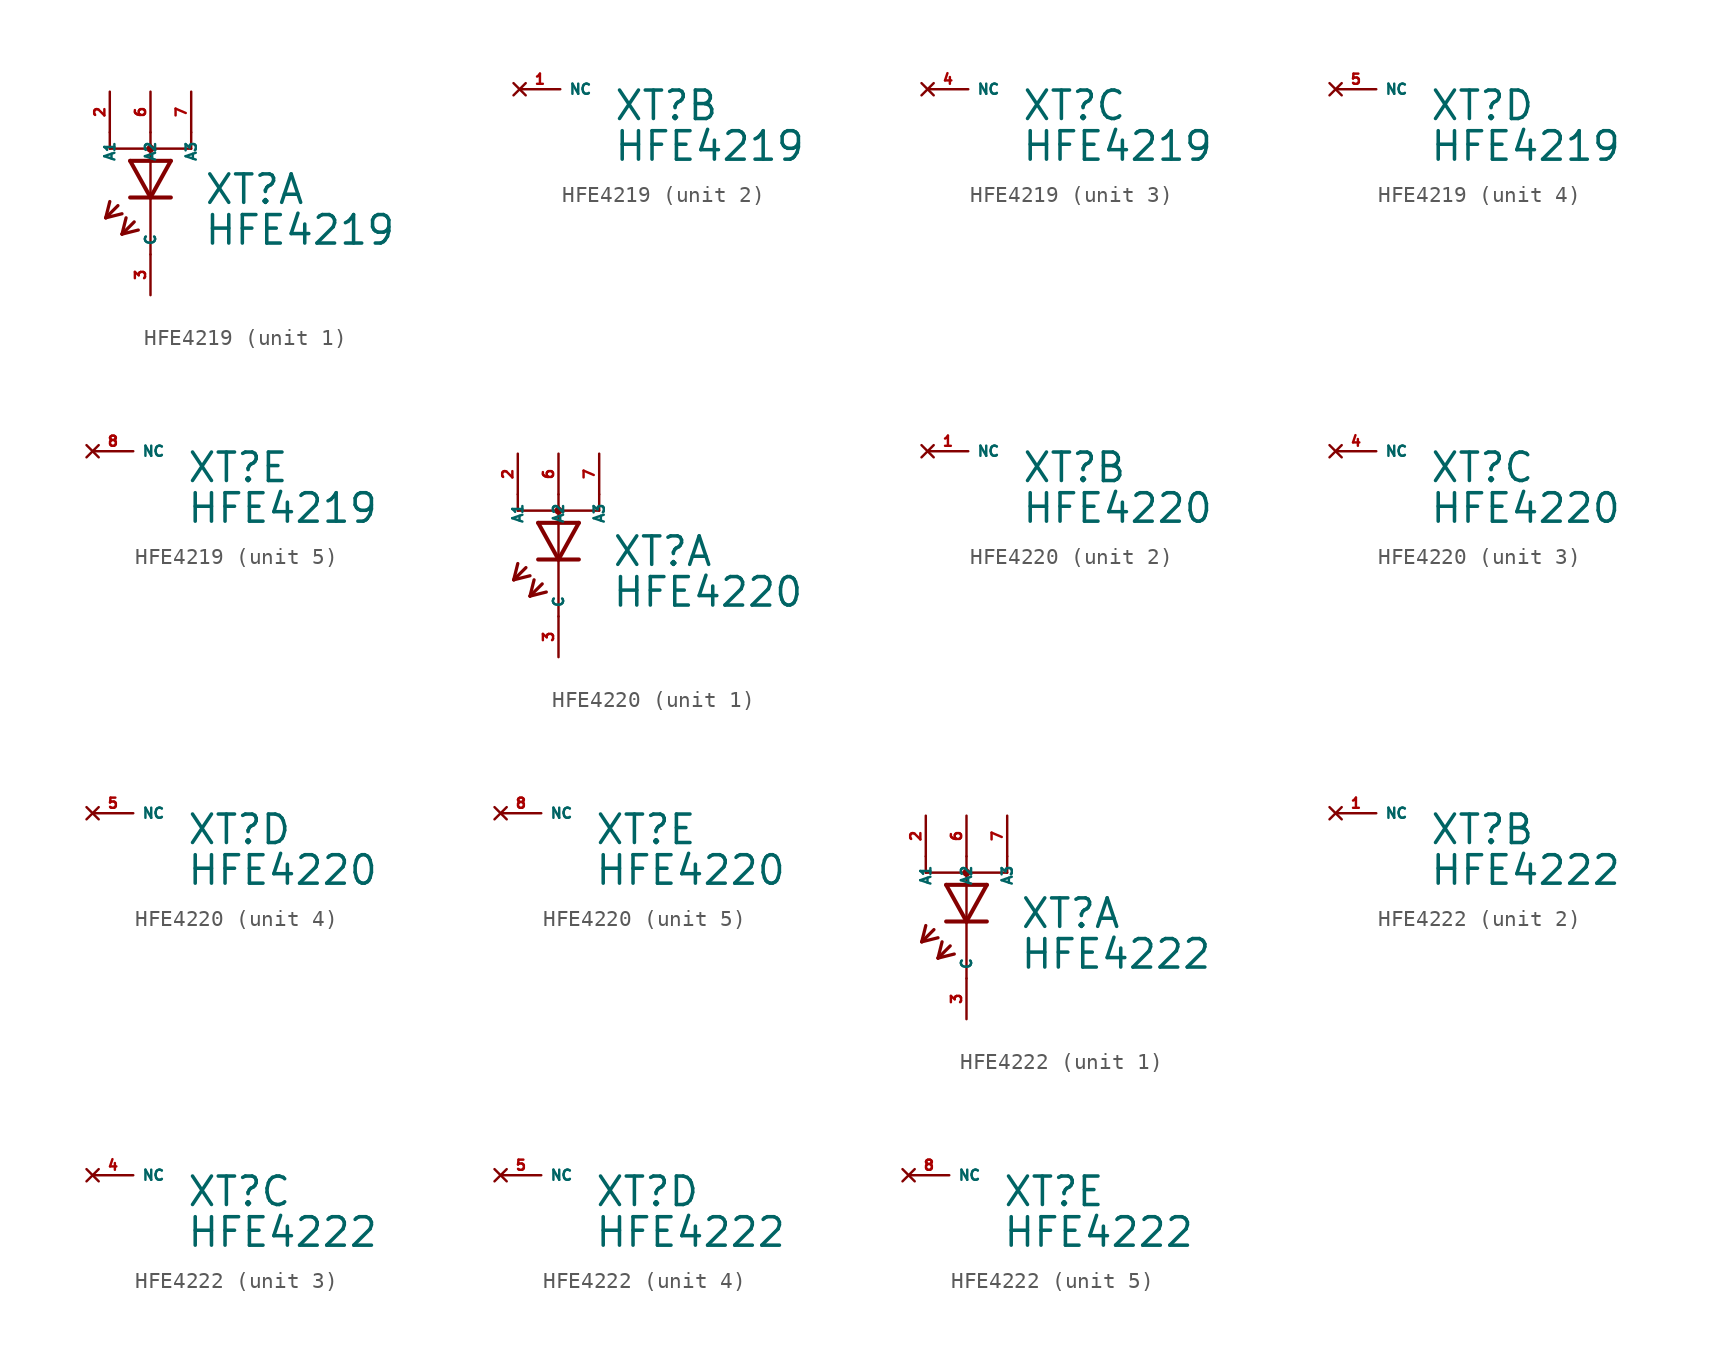
<source format=kicad_sym>
(kicad_symbol_lib
  (version 20220914)
  (generator Eagle2Kicad)
  (symbol "HFE4219"
    (property "Reference" "XT"
      (at 3.302 -2.057 0)
      (effects (font (size 1.778 1.778) (thickness 0.22)) (justify left bottom)))
    (property "Value" "HFE4219"
      (at 3.302 -4.597 0)
      (effects (font (size 1.778 1.778) (thickness 0.22)) (justify left bottom)))
    (symbol "HFE4219_1_0"
      (polyline (pts (xy -1.27 0.762) (xy 0 -1.524)) (stroke (width 0.254) (type default)) (fill (type none)))
      (polyline (pts (xy 0 -1.524) (xy 1.27 0.762)) (stroke (width 0.254) (type default)) (fill (type none)))
      (polyline (pts (xy 1.27 -1.524) (xy 0 -1.524)) (stroke (width 0.254) (type default)) (fill (type none)))
      (polyline (pts (xy 1.27 0.762) (xy -1.27 0.762)) (stroke (width 0.254) (type default)) (fill (type none)))
      (polyline (pts (xy 0 -1.524) (xy -1.27 -1.524)) (stroke (width 0.254) (type default)) (fill (type none)))
      (polyline (pts (xy -2.032 -2.032) (xy -2.794 -2.794)) (stroke (width 0.203) (type default)) (fill (type none)))
      (polyline (pts (xy -2.794 -2.794) (xy -1.778 -2.54)) (stroke (width 0.203) (type default)) (fill (type none)))
      (polyline (pts (xy -2.794 -2.794) (xy -2.54 -1.778)) (stroke (width 0.203) (type default)) (fill (type none)))
      (polyline (pts (xy -1.016 -3.048) (xy -1.778 -3.81)) (stroke (width 0.203) (type default)) (fill (type none)))
      (polyline (pts (xy -1.778 -3.81) (xy -0.762 -3.556)) (stroke (width 0.203) (type default)) (fill (type none)))
      (polyline (pts (xy -1.778 -3.81) (xy -1.524 -2.794)) (stroke (width 0.203) (type default)) (fill (type none)))
      (polyline (pts (xy 2.54 1.524) (xy 0 1.524)) (stroke (width 0.152) (type default)) (fill (type none)))
      (polyline (pts (xy 0 1.524) (xy -2.54 1.524)) (stroke (width 0.152) (type default)) (fill (type none)))
      (polyline (pts (xy 0 -5.08) (xy 0 1.524)) (stroke (width 0.152) (type default)) (fill (type none)))
      (polyline (pts (xy 0 1.524) (xy 0 1.778)) (stroke (width 0.152) (type default)) (fill (type none)))
      (polyline (pts (xy 2.54 1.524) (xy 2.54 2.54)) (stroke (width 0.152) (type default)) (fill (type none)))
      (polyline (pts (xy 0 1.524) (xy 0 2.54)) (stroke (width 0.152) (type default)) (fill (type none)))
      (polyline (pts (xy -2.54 1.524) (xy -2.54 2.54)) (stroke (width 0.152) (type default)) (fill (type none)))
      (circle (center 0 1.524) (radius 0.127) (stroke (width 0.254) (type default)) (fill (type none)))
      (pin passive line (at 0 -7.62 90) (length 2.54) (name "C" (effects (font (size 0.635 0.635) (thickness 0.08)) (justify left bottom))) (number "3" (effects (font (size 0.635 0.635) (thickness 0.08)) (justify left bottom))))
      (pin passive line (at 0 5.08 270) (length 2.54) (name "A2" (effects (font (size 0.635 0.635) (thickness 0.08)) (justify left bottom))) (number "6" (effects (font (size 0.635 0.635) (thickness 0.08)) (justify left bottom))))
      (pin passive line (at 2.54 5.08 270) (length 2.54) (name "A3" (effects (font (size 0.635 0.635) (thickness 0.08)) (justify left bottom))) (number "7" (effects (font (size 0.635 0.635) (thickness 0.08)) (justify left bottom))))
      (pin passive line (at -2.54 5.08 270) (length 2.54) (name "A1" (effects (font (size 0.635 0.635) (thickness 0.08)) (justify left bottom))) (number "2" (effects (font (size 0.635 0.635) (thickness 0.08)) (justify left bottom)))))
    (symbol "HFE4219_2_0"
      (pin no_connect line (at -2.54 0 0) (length 2.54) (name "NC" (effects (font (size 0.635 0.635) (thickness 0.08)) (justify left bottom) hide)) (number "1" (effects (font (size 0.635 0.635) (thickness 0.08)) (justify left bottom) hide))))
    (symbol "HFE4219_3_0"
      (pin no_connect line (at -2.54 0 0) (length 2.54) (name "NC" (effects (font (size 0.635 0.635) (thickness 0.08)) (justify left bottom) hide)) (number "4" (effects (font (size 0.635 0.635) (thickness 0.08)) (justify left bottom) hide))))
    (symbol "HFE4219_4_0"
      (pin no_connect line (at -2.54 0 0) (length 2.54) (name "NC" (effects (font (size 0.635 0.635) (thickness 0.08)) (justify left bottom) hide)) (number "5" (effects (font (size 0.635 0.635) (thickness 0.08)) (justify left bottom) hide))))
    (symbol "HFE4219_5_0"
      (pin no_connect line (at -2.54 0 0) (length 2.54) (name "NC" (effects (font (size 0.635 0.635) (thickness 0.08)) (justify left bottom) hide)) (number "8" (effects (font (size 0.635 0.635) (thickness 0.08)) (justify left bottom) hide)))))
  (symbol "HFE4220"
    (property "Reference" "XT"
      (at 3.302 -2.057 0)
      (effects (font (size 1.778 1.778) (thickness 0.22)) (justify left bottom)))
    (property "Value" "HFE4220"
      (at 3.302 -4.597 0)
      (effects (font (size 1.778 1.778) (thickness 0.22)) (justify left bottom)))
    (symbol "HFE4220_1_0"
      (polyline (pts (xy -1.27 0.762) (xy 0 -1.524)) (stroke (width 0.254) (type default)) (fill (type none)))
      (polyline (pts (xy 0 -1.524) (xy 1.27 0.762)) (stroke (width 0.254) (type default)) (fill (type none)))
      (polyline (pts (xy 1.27 -1.524) (xy 0 -1.524)) (stroke (width 0.254) (type default)) (fill (type none)))
      (polyline (pts (xy 1.27 0.762) (xy -1.27 0.762)) (stroke (width 0.254) (type default)) (fill (type none)))
      (polyline (pts (xy 0 -1.524) (xy -1.27 -1.524)) (stroke (width 0.254) (type default)) (fill (type none)))
      (polyline (pts (xy -2.032 -2.032) (xy -2.794 -2.794)) (stroke (width 0.203) (type default)) (fill (type none)))
      (polyline (pts (xy -2.794 -2.794) (xy -1.778 -2.54)) (stroke (width 0.203) (type default)) (fill (type none)))
      (polyline (pts (xy -2.794 -2.794) (xy -2.54 -1.778)) (stroke (width 0.203) (type default)) (fill (type none)))
      (polyline (pts (xy -1.016 -3.048) (xy -1.778 -3.81)) (stroke (width 0.203) (type default)) (fill (type none)))
      (polyline (pts (xy -1.778 -3.81) (xy -0.762 -3.556)) (stroke (width 0.203) (type default)) (fill (type none)))
      (polyline (pts (xy -1.778 -3.81) (xy -1.524 -2.794)) (stroke (width 0.203) (type default)) (fill (type none)))
      (polyline (pts (xy 2.54 1.524) (xy 0 1.524)) (stroke (width 0.152) (type default)) (fill (type none)))
      (polyline (pts (xy 0 1.524) (xy -2.54 1.524)) (stroke (width 0.152) (type default)) (fill (type none)))
      (polyline (pts (xy 0 -5.08) (xy 0 1.524)) (stroke (width 0.152) (type default)) (fill (type none)))
      (polyline (pts (xy 0 1.524) (xy 0 1.778)) (stroke (width 0.152) (type default)) (fill (type none)))
      (polyline (pts (xy 2.54 1.524) (xy 2.54 2.54)) (stroke (width 0.152) (type default)) (fill (type none)))
      (polyline (pts (xy 0 1.524) (xy 0 2.54)) (stroke (width 0.152) (type default)) (fill (type none)))
      (polyline (pts (xy -2.54 1.524) (xy -2.54 2.54)) (stroke (width 0.152) (type default)) (fill (type none)))
      (circle (center 0 1.524) (radius 0.127) (stroke (width 0.254) (type default)) (fill (type none)))
      (pin passive line (at 0 -7.62 90) (length 2.54) (name "C" (effects (font (size 0.635 0.635) (thickness 0.08)) (justify left bottom))) (number "3" (effects (font (size 0.635 0.635) (thickness 0.08)) (justify left bottom))))
      (pin passive line (at 0 5.08 270) (length 2.54) (name "A2" (effects (font (size 0.635 0.635) (thickness 0.08)) (justify left bottom))) (number "6" (effects (font (size 0.635 0.635) (thickness 0.08)) (justify left bottom))))
      (pin passive line (at 2.54 5.08 270) (length 2.54) (name "A3" (effects (font (size 0.635 0.635) (thickness 0.08)) (justify left bottom))) (number "7" (effects (font (size 0.635 0.635) (thickness 0.08)) (justify left bottom))))
      (pin passive line (at -2.54 5.08 270) (length 2.54) (name "A1" (effects (font (size 0.635 0.635) (thickness 0.08)) (justify left bottom))) (number "2" (effects (font (size 0.635 0.635) (thickness 0.08)) (justify left bottom)))))
    (symbol "HFE4220_2_0"
      (pin no_connect line (at -2.54 0 0) (length 2.54) (name "NC" (effects (font (size 0.635 0.635) (thickness 0.08)) (justify left bottom) hide)) (number "1" (effects (font (size 0.635 0.635) (thickness 0.08)) (justify left bottom) hide))))
    (symbol "HFE4220_3_0"
      (pin no_connect line (at -2.54 0 0) (length 2.54) (name "NC" (effects (font (size 0.635 0.635) (thickness 0.08)) (justify left bottom) hide)) (number "4" (effects (font (size 0.635 0.635) (thickness 0.08)) (justify left bottom) hide))))
    (symbol "HFE4220_4_0"
      (pin no_connect line (at -2.54 0 0) (length 2.54) (name "NC" (effects (font (size 0.635 0.635) (thickness 0.08)) (justify left bottom) hide)) (number "5" (effects (font (size 0.635 0.635) (thickness 0.08)) (justify left bottom) hide))))
    (symbol "HFE4220_5_0"
      (pin no_connect line (at -2.54 0 0) (length 2.54) (name "NC" (effects (font (size 0.635 0.635) (thickness 0.08)) (justify left bottom) hide)) (number "8" (effects (font (size 0.635 0.635) (thickness 0.08)) (justify left bottom) hide)))))
  (symbol "HFE4222"
    (property "Reference" "XT"
      (at 3.302 -2.057 0)
      (effects (font (size 1.778 1.778) (thickness 0.22)) (justify left bottom)))
    (property "Value" "HFE4222"
      (at 3.302 -4.597 0)
      (effects (font (size 1.778 1.778) (thickness 0.22)) (justify left bottom)))
    (symbol "HFE4222_1_0"
      (polyline (pts (xy -1.27 0.762) (xy 0 -1.524)) (stroke (width 0.254) (type default)) (fill (type none)))
      (polyline (pts (xy 0 -1.524) (xy 1.27 0.762)) (stroke (width 0.254) (type default)) (fill (type none)))
      (polyline (pts (xy 1.27 -1.524) (xy 0 -1.524)) (stroke (width 0.254) (type default)) (fill (type none)))
      (polyline (pts (xy 1.27 0.762) (xy -1.27 0.762)) (stroke (width 0.254) (type default)) (fill (type none)))
      (polyline (pts (xy 0 -1.524) (xy -1.27 -1.524)) (stroke (width 0.254) (type default)) (fill (type none)))
      (polyline (pts (xy -2.032 -2.032) (xy -2.794 -2.794)) (stroke (width 0.203) (type default)) (fill (type none)))
      (polyline (pts (xy -2.794 -2.794) (xy -1.778 -2.54)) (stroke (width 0.203) (type default)) (fill (type none)))
      (polyline (pts (xy -2.794 -2.794) (xy -2.54 -1.778)) (stroke (width 0.203) (type default)) (fill (type none)))
      (polyline (pts (xy -1.016 -3.048) (xy -1.778 -3.81)) (stroke (width 0.203) (type default)) (fill (type none)))
      (polyline (pts (xy -1.778 -3.81) (xy -0.762 -3.556)) (stroke (width 0.203) (type default)) (fill (type none)))
      (polyline (pts (xy -1.778 -3.81) (xy -1.524 -2.794)) (stroke (width 0.203) (type default)) (fill (type none)))
      (polyline (pts (xy 2.54 1.524) (xy 0 1.524)) (stroke (width 0.152) (type default)) (fill (type none)))
      (polyline (pts (xy 0 1.524) (xy -2.54 1.524)) (stroke (width 0.152) (type default)) (fill (type none)))
      (polyline (pts (xy 0 -5.08) (xy 0 1.524)) (stroke (width 0.152) (type default)) (fill (type none)))
      (polyline (pts (xy 0 1.524) (xy 0 1.778)) (stroke (width 0.152) (type default)) (fill (type none)))
      (polyline (pts (xy 2.54 1.524) (xy 2.54 2.54)) (stroke (width 0.152) (type default)) (fill (type none)))
      (polyline (pts (xy 0 1.524) (xy 0 2.54)) (stroke (width 0.152) (type default)) (fill (type none)))
      (polyline (pts (xy -2.54 1.524) (xy -2.54 2.54)) (stroke (width 0.152) (type default)) (fill (type none)))
      (circle (center 0 1.524) (radius 0.127) (stroke (width 0.254) (type default)) (fill (type none)))
      (pin passive line (at 0 -7.62 90) (length 2.54) (name "C" (effects (font (size 0.635 0.635) (thickness 0.08)) (justify left bottom))) (number "3" (effects (font (size 0.635 0.635) (thickness 0.08)) (justify left bottom))))
      (pin passive line (at 0 5.08 270) (length 2.54) (name "A2" (effects (font (size 0.635 0.635) (thickness 0.08)) (justify left bottom))) (number "6" (effects (font (size 0.635 0.635) (thickness 0.08)) (justify left bottom))))
      (pin passive line (at 2.54 5.08 270) (length 2.54) (name "A3" (effects (font (size 0.635 0.635) (thickness 0.08)) (justify left bottom))) (number "7" (effects (font (size 0.635 0.635) (thickness 0.08)) (justify left bottom))))
      (pin passive line (at -2.54 5.08 270) (length 2.54) (name "A1" (effects (font (size 0.635 0.635) (thickness 0.08)) (justify left bottom))) (number "2" (effects (font (size 0.635 0.635) (thickness 0.08)) (justify left bottom)))))
    (symbol "HFE4222_2_0"
      (pin no_connect line (at -2.54 0 0) (length 2.54) (name "NC" (effects (font (size 0.635 0.635) (thickness 0.08)) (justify left bottom) hide)) (number "1" (effects (font (size 0.635 0.635) (thickness 0.08)) (justify left bottom) hide))))
    (symbol "HFE4222_3_0"
      (pin no_connect line (at -2.54 0 0) (length 2.54) (name "NC" (effects (font (size 0.635 0.635) (thickness 0.08)) (justify left bottom) hide)) (number "4" (effects (font (size 0.635 0.635) (thickness 0.08)) (justify left bottom) hide))))
    (symbol "HFE4222_4_0"
      (pin no_connect line (at -2.54 0 0) (length 2.54) (name "NC" (effects (font (size 0.635 0.635) (thickness 0.08)) (justify left bottom) hide)) (number "5" (effects (font (size 0.635 0.635) (thickness 0.08)) (justify left bottom) hide))))
    (symbol "HFE4222_5_0"
      (pin no_connect line (at -2.54 0 0) (length 2.54) (name "NC" (effects (font (size 0.635 0.635) (thickness 0.08)) (justify left bottom) hide)) (number "8" (effects (font (size 0.635 0.635) (thickness 0.08)) (justify left bottom) hide))))))
</source>
